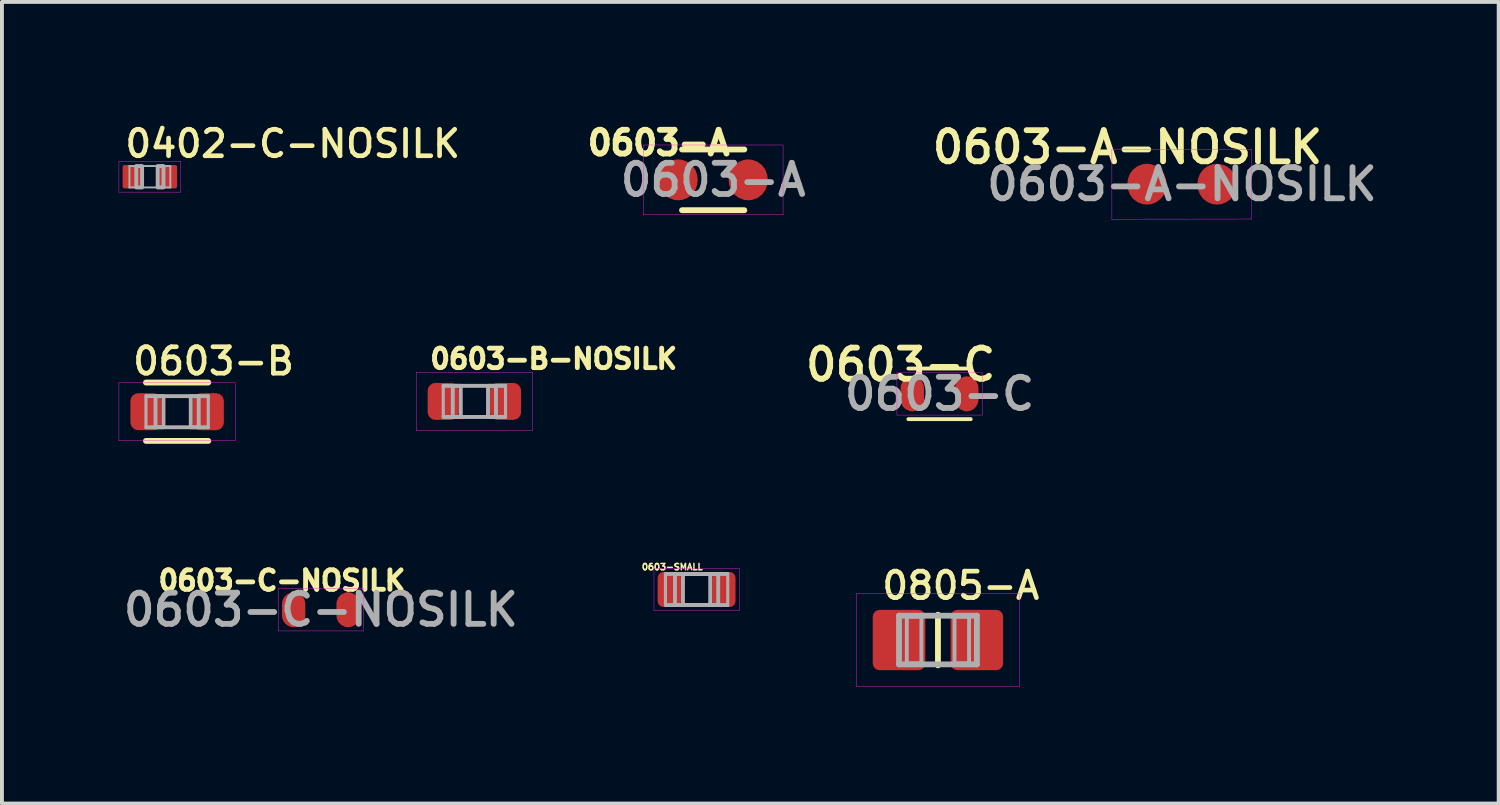
<source format=kicad_pcb>
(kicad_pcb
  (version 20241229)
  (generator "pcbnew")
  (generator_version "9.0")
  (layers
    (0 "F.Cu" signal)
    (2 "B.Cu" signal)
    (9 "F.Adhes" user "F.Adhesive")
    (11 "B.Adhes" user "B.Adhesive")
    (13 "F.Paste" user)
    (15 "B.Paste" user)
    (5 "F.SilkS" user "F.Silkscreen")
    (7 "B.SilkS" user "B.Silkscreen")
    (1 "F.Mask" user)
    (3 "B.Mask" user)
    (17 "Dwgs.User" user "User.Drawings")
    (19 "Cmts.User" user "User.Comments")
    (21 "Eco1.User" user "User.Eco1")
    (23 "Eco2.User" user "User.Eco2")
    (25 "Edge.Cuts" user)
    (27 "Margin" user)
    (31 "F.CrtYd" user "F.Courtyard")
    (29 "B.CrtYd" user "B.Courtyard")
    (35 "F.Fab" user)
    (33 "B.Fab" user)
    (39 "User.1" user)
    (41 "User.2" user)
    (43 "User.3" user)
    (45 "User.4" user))
  (footprint "0603-SMALL"
    (layer "F.Cu")
    (at 14.844 12.093)
    (property "Reference" "0603-SMALL" (at 0.18 -0.58 180) (layer "F.SilkS") (effects (font (size 0.162 0.162) (thickness 0.038)) (justify right)))
    (fp_line (start -0.845 -0.295) (end -0.845 0.295) (stroke (width 0.43) (type solid)) (layer "F.Mask"))
    (fp_line (start -0.8 0.41) (end -0.8 -0.41) (stroke (width 0.08) (type solid)) (layer "F.Mask"))
    (fp_line (start -0.555 -0.295) (end -0.845 -0.295) (stroke (width 0.43) (type solid)) (layer "F.Mask"))
    (fp_line (start -0.555 -0.295) (end -0.555 0.295) (stroke (width 0.43) (type solid)) (layer "F.Mask"))
    (fp_line (start -0.555 0.295) (end -0.845 0.295) (stroke (width 0.43) (type solid)) (layer "F.Mask"))
    (fp_line (start 0.555 -0.295) (end 0.555 0.295) (stroke (width 0.43) (type solid)) (layer "F.Mask"))
    (fp_line (start 0.8 -0.41) (end 0.8 0.41) (stroke (width 0.08) (type solid)) (layer "F.Mask"))
    (fp_line (start 0.845 -0.295) (end 0.555 -0.295) (stroke (width 0.43) (type solid)) (layer "F.Mask"))
    (fp_line (start 0.845 -0.295) (end 0.845 0.295) (stroke (width 0.43) (type solid)) (layer "F.Mask"))
    (fp_line (start 0.845 0.295) (end 0.555 0.295) (stroke (width 0.43) (type solid)) (layer "F.Mask"))
    (fp_line (start -0.31 -0.4) (end 0.31 -0.4) (stroke (width 0.1) (type solid)) (layer "F.SilkS"))
    (fp_line (start 0.31 0.4) (end -0.31 0.4) (stroke (width 0.1) (type solid)) (layer "F.SilkS"))
    (fp_line (start -1.095 -0.545) (end -1.095 0.545) (stroke (width 0.01) (type solid)) (layer "F.CrtYd"))
    (fp_line (start -1.095 0.545) (end 1.095 0.545) (stroke (width 0.01) (type solid)) (layer "F.CrtYd"))
    (fp_line (start 1.095 -0.545) (end -1.095 -0.545) (stroke (width 0.01) (type solid)) (layer "F.CrtYd"))
    (fp_line (start 1.095 0.545) (end 1.095 -0.545) (stroke (width 0.01) (type solid)) (layer "F.CrtYd"))
    (fp_line (start -0.8 0.41) (end -0.8 -0.41) (stroke (width 0.08) (type solid)) (layer "F.Fab"))
    (fp_line (start -0.79 -0.4) (end 0.79 -0.4) (stroke (width 0.1) (type solid)) (layer "F.Fab"))
    (fp_line (start 0.79 0.4) (end -0.79 0.4) (stroke (width 0.1) (type solid)) (layer "F.Fab"))
    (fp_line (start 0.8 -0.41) (end 0.8 0.41) (stroke (width 0.08) (type solid)) (layer "F.Fab"))
    (fp_poly (pts (xy -0.555 0.4) (xy -0.35 0.4) (xy -0.35 -0.4) (xy -0.555 -0.4)) (stroke (width 0.1) (type solid)) (fill no) (layer "F.Fab"))
    (fp_poly (pts (xy 0.35 0.4) (xy 0.555 0.4) (xy 0.555 -0.4) (xy 0.35 -0.4)) (stroke (width 0.1) (type solid)) (fill no) (layer "F.Fab"))
    (pad "1" smd roundrect (at -0.7 0) (size 0.6 0.9) (layers "F.Cu" "F.Paste") (roundrect_rratio 0.25))
    (pad "2" smd roundrect (at 0.7 0) (size 0.6 0.9) (layers "F.Cu" "F.Paste") (roundrect_rratio 0.25)))
  (footprint "0603-C-NOSILK"
    (layer "F.Cu")
    (at 5.193 12.613)
    (property "Reference" "0603-C-NOSILK" (at -1 -0.75 0) (layer "F.SilkS") (effects (font (size 0.5 0.5) (thickness 0.15))))
    (attr through_hole)
    (fp_line (start -0.845 -0.295) (end -0.845 0.295) (stroke (width 0.43) (type solid)) (layer "F.Mask"))
    (fp_line (start -0.555 -0.295) (end -0.845 -0.295) (stroke (width 0.43) (type solid)) (layer "F.Mask"))
    (fp_line (start -0.555 -0.295) (end -0.555 0.295) (stroke (width 0.43) (type solid)) (layer "F.Mask"))
    (fp_line (start -0.555 0.295) (end -0.845 0.295) (stroke (width 0.43) (type solid)) (layer "F.Mask"))
    (fp_line (start 0.555 -0.295) (end 0.555 0.295) (stroke (width 0.43) (type solid)) (layer "F.Mask"))
    (fp_line (start 0.845 -0.295) (end 0.555 -0.295) (stroke (width 0.43) (type solid)) (layer "F.Mask"))
    (fp_line (start 0.845 -0.295) (end 0.845 0.295) (stroke (width 0.43) (type solid)) (layer "F.Mask"))
    (fp_line (start 0.845 0.295) (end 0.555 0.295) (stroke (width 0.43) (type solid)) (layer "F.Mask"))
    (fp_line (start -0.8 0.41) (end -0.8 -0.41) (stroke (width 0.08) (type solid)) (layer "Eco2.User"))
    (fp_line (start -0.8 0.41) (end -0.8 -0.41) (stroke (width 0.08) (type solid)) (layer "Eco2.User"))
    (fp_line (start -0.79 -0.4) (end 0.79 -0.4) (stroke (width 0.1) (type solid)) (layer "Eco2.User"))
    (fp_line (start -0.79 -0.4) (end 0.79 -0.4) (stroke (width 0.1) (type solid)) (layer "Eco2.User"))
    (fp_line (start 0.79 0.4) (end -0.79 0.4) (stroke (width 0.1) (type solid)) (layer "Eco2.User"))
    (fp_line (start 0.79 0.4) (end -0.79 0.4) (stroke (width 0.1) (type solid)) (layer "Eco2.User"))
    (fp_line (start 0.8 -0.41) (end 0.8 0.41) (stroke (width 0.08) (type solid)) (layer "Eco2.User"))
    (fp_line (start 0.8 -0.41) (end 0.8 0.41) (stroke (width 0.08) (type solid)) (layer "Eco2.User"))
    (fp_line (start -1.095 -0.545) (end -1.095 0.545) (stroke (width 0.01) (type solid)) (layer "F.CrtYd"))
    (fp_line (start -1.095 0.545) (end 1.095 0.545) (stroke (width 0.01) (type solid)) (layer "F.CrtYd"))
    (fp_line (start 1.095 -0.545) (end -1.095 -0.545) (stroke (width 0.01) (type solid)) (layer "F.CrtYd"))
    (fp_line (start 1.095 0.545) (end 1.095 -0.545) (stroke (width 0.01) (type solid)) (layer "F.CrtYd"))
    (fp_text user "${REFERENCE}" (at 0 0 0) (layer "F.Fab") (effects (font (size 0.8 0.8) (thickness 0.15))))
    (pad "1" smd roundrect (at -0.7 0) (size 0.6 0.9) (layers "F.Cu" "F.Mask" "F.Paste") (roundrect_rratio 0.5))
    (pad "2" smd roundrect (at 0.7 0) (size 0.6 0.9) (layers "F.Cu" "F.Mask" "F.Paste") (roundrect_rratio 0.5)))
  (footprint "0805-A"
    (layer "F.Cu")
    (at 21.044 13.391)
    (property "Reference" "0805-A" (at -1.5 -1 0) (layer "F.SilkS") (effects (font (size 0.68 0.68) (thickness 0.12)) (justify left bottom)))
    (fp_poly (pts (xy -0.26 0.84) (xy -1.74 0.84) (xy -1.74 -0.84) (xy -0.26 -0.84)) (stroke (width 0) (type default)) (fill yes) (layer "F.Mask"))
    (fp_poly (pts (xy 1.74 0.84) (xy 0.26 0.84) (xy 0.26 -0.84) (xy 1.74 -0.84)) (stroke (width 0) (type default)) (fill yes) (layer "F.Mask"))
    (fp_line (start 0 -0.65) (end 0 0.65) (stroke (width 0.15) (type solid)) (layer "F.SilkS"))
    (fp_line (start -2.095 -1.195) (end -2.095 1.195) (stroke (width 0.01) (type solid)) (layer "F.CrtYd"))
    (fp_line (start -2.095 1.195) (end 2.095 1.195) (stroke (width 0.01) (type solid)) (layer "F.CrtYd"))
    (fp_line (start 2.095 -1.195) (end -2.095 -1.195) (stroke (width 0.01) (type solid)) (layer "F.CrtYd"))
    (fp_line (start 2.095 1.195) (end 2.095 -1.195) (stroke (width 0.01) (type solid)) (layer "F.CrtYd"))
    (fp_line (start -1 -0.625) (end 1 -0.625) (stroke (width 0.15) (type solid)) (layer "F.Fab"))
    (fp_line (start -1 0.625) (end -1 -0.625) (stroke (width 0.15) (type solid)) (layer "F.Fab"))
    (fp_line (start 1 -0.625) (end 1 0.625) (stroke (width 0.15) (type solid)) (layer "F.Fab"))
    (fp_line (start 1 0.625) (end -1 0.625) (stroke (width 0.15) (type solid)) (layer "F.Fab"))
    (fp_poly (pts (xy -0.8 0.6) (xy -0.425 0.6) (xy -0.425 -0.6) (xy -0.8 -0.6)) (stroke (width 0.1) (type default)) (fill no) (layer "F.Fab"))
    (fp_poly (pts (xy 0.425 0.6) (xy 0.8 0.6) (xy 0.8 -0.6) (xy 0.425 -0.6)) (stroke (width 0.1) (type default)) (fill no) (layer "F.Fab"))
    (pad "1" smd roundrect (at -1 0) (size 1.35 1.55) (layers "F.Cu" "F.Paste") (roundrect_rratio 0.13))
    (pad "2" smd roundrect (at 1 0) (size 1.35 1.55) (layers "F.Cu" "F.Paste") (roundrect_rratio 0.13)))
  (footprint "0603-B"
    (layer "F.Cu")
    (at 1.5 7.526)
    (property "Reference" "0603-B" (at -1.2 -0.9 0) (layer "F.SilkS") (effects (font (size 0.68 0.68) (thickness 0.12)) (justify left bottom)))
    (fp_poly (pts (xy -0.34 0.54) (xy -1.26 0.54) (xy -1.26 -0.54) (xy -0.34 -0.54)) (stroke (width 0) (type default)) (fill yes) (layer "F.Mask"))
    (fp_poly (pts (xy 1.26 0.54) (xy 0.34 0.54) (xy 0.34 -0.54) (xy 1.26 -0.54)) (stroke (width 0) (type default)) (fill yes) (layer "F.Mask"))
    (fp_line (start -0.8 0.75) (end 0.8 0.75) (stroke (width 0.15) (type solid)) (layer "F.SilkS"))
    (fp_line (start 0.8 -0.75) (end -0.8 -0.75) (stroke (width 0.15) (type solid)) (layer "F.SilkS"))
    (fp_line (start -1.495 -0.745) (end -1.495 0.745) (stroke (width 0.01) (type solid)) (layer "F.CrtYd"))
    (fp_line (start -1.495 0.745) (end 1.495 0.745) (stroke (width 0.01) (type solid)) (layer "F.CrtYd"))
    (fp_line (start 1.495 -0.745) (end -1.495 -0.745) (stroke (width 0.01) (type solid)) (layer "F.CrtYd"))
    (fp_line (start 1.495 0.745) (end 1.495 -0.745) (stroke (width 0.01) (type solid)) (layer "F.CrtYd"))
    (fp_line (start -0.8 0.41) (end -0.8 -0.41) (stroke (width 0.08) (type solid)) (layer "F.Fab"))
    (fp_line (start -0.79 -0.4) (end 0.79 -0.4) (stroke (width 0.1) (type solid)) (layer "F.Fab"))
    (fp_line (start 0.79 0.4) (end -0.79 0.4) (stroke (width 0.1) (type solid)) (layer "F.Fab"))
    (fp_line (start 0.8 -0.41) (end 0.8 0.41) (stroke (width 0.08) (type solid)) (layer "F.Fab"))
    (fp_poly (pts (xy -0.555 0.4) (xy -0.35 0.4) (xy -0.35 -0.4) (xy -0.555 -0.4)) (stroke (width 0.1) (type default)) (fill no) (layer "F.Fab"))
    (fp_poly (pts (xy 0.35 0.4) (xy 0.555 0.4) (xy 0.555 -0.4) (xy 0.35 -0.4)) (stroke (width 0.1) (type default)) (fill no) (layer "F.Fab"))
    (pad "1" smd roundrect (at -0.8 0) (size 0.8 0.95) (layers "F.Cu" "F.Paste") (roundrect_rratio 0.25))
    (pad "2" smd roundrect (at 0.8 0) (size 0.8 0.95) (layers "F.Cu" "F.Paste") (roundrect_rratio 0.25)))
  (footprint "0603-B-NOSILK"
    (layer "F.Cu")
    (at 9.136 7.261)
    (property "Reference" "0603-B-NOSILK" (at -1.2 -0.8 0) (layer "F.SilkS") (effects (font (size 0.5 0.5) (thickness 0.125)) (justify left bottom)))
    (fp_line (start -1.495 -0.745) (end -1.495 0.745) (stroke (width 0.01) (type solid)) (layer "F.CrtYd"))
    (fp_line (start -1.495 0.745) (end 1.495 0.745) (stroke (width 0.01) (type solid)) (layer "F.CrtYd"))
    (fp_line (start 1.495 -0.745) (end -1.495 -0.745) (stroke (width 0.01) (type solid)) (layer "F.CrtYd"))
    (fp_line (start 1.495 0.745) (end 1.495 -0.745) (stroke (width 0.01) (type solid)) (layer "F.CrtYd"))
    (fp_line (start -0.8 0.41) (end -0.8 -0.41) (stroke (width 0.08) (type solid)) (layer "F.Fab"))
    (fp_line (start -0.79 -0.4) (end 0.79 -0.4) (stroke (width 0.1) (type solid)) (layer "F.Fab"))
    (fp_line (start 0.79 0.4) (end -0.79 0.4) (stroke (width 0.1) (type solid)) (layer "F.Fab"))
    (fp_line (start 0.8 -0.41) (end 0.8 0.41) (stroke (width 0.08) (type solid)) (layer "F.Fab"))
    (fp_poly (pts (xy -0.555 0.4) (xy -0.35 0.4) (xy -0.35 -0.4) (xy -0.555 -0.4)) (stroke (width 0.1) (type default)) (fill no) (layer "F.Fab"))
    (fp_poly (pts (xy 0.35 0.4) (xy 0.555 0.4) (xy 0.555 -0.4) (xy 0.35 -0.4)) (stroke (width 0.1) (type default)) (fill no) (layer "F.Fab"))
    (pad "1" smd roundrect (at -0.8 0) (size 0.8 0.95) (layers "F.Cu" "F.Mask" "F.Paste") (roundrect_rratio 0.25))
    (pad "2" smd roundrect (at 0.8 0) (size 0.8 0.95) (layers "F.Cu" "F.Mask" "F.Paste") (roundrect_rratio 0.25)))
  (footprint "0603-C"
    (layer "F.Cu")
    (at 21.085 7.067)
    (property "Reference" "0603-C" (at -1 -0.75 0) (layer "F.SilkS") (effects (font (size 0.8 0.8) (thickness 0.15))))
    (attr through_hole)
    (fp_line (start -0.845 -0.295) (end -0.845 0.295) (stroke (width 0.43) (type solid)) (layer "F.Mask"))
    (fp_line (start -0.555 -0.295) (end -0.845 -0.295) (stroke (width 0.43) (type solid)) (layer "F.Mask"))
    (fp_line (start -0.555 -0.295) (end -0.555 0.295) (stroke (width 0.43) (type solid)) (layer "F.Mask"))
    (fp_line (start -0.555 0.295) (end -0.845 0.295) (stroke (width 0.43) (type solid)) (layer "F.Mask"))
    (fp_line (start 0.555 -0.295) (end 0.555 0.295) (stroke (width 0.43) (type solid)) (layer "F.Mask"))
    (fp_line (start 0.845 -0.295) (end 0.555 -0.295) (stroke (width 0.43) (type solid)) (layer "F.Mask"))
    (fp_line (start 0.845 -0.295) (end 0.845 0.295) (stroke (width 0.43) (type solid)) (layer "F.Mask"))
    (fp_line (start 0.845 0.295) (end 0.555 0.295) (stroke (width 0.43) (type solid)) (layer "F.Mask"))
    (fp_line (start -0.8 0.65) (end 0.8 0.65) (stroke (width 0.1) (type solid)) (layer "F.SilkS"))
    (fp_line (start 0.8 -0.65) (end -0.8 -0.65) (stroke (width 0.1) (type solid)) (layer "F.SilkS"))
    (fp_line (start -0.8 0.41) (end -0.8 -0.41) (stroke (width 0.08) (type solid)) (layer "Eco2.User"))
    (fp_line (start -0.8 0.41) (end -0.8 -0.41) (stroke (width 0.08) (type solid)) (layer "Eco2.User"))
    (fp_line (start -0.79 -0.4) (end 0.79 -0.4) (stroke (width 0.1) (type solid)) (layer "Eco2.User"))
    (fp_line (start -0.79 -0.4) (end 0.79 -0.4) (stroke (width 0.1) (type solid)) (layer "Eco2.User"))
    (fp_line (start 0.79 0.4) (end -0.79 0.4) (stroke (width 0.1) (type solid)) (layer "Eco2.User"))
    (fp_line (start 0.79 0.4) (end -0.79 0.4) (stroke (width 0.1) (type solid)) (layer "Eco2.User"))
    (fp_line (start 0.8 -0.41) (end 0.8 0.41) (stroke (width 0.08) (type solid)) (layer "Eco2.User"))
    (fp_line (start 0.8 -0.41) (end 0.8 0.41) (stroke (width 0.08) (type solid)) (layer "Eco2.User"))
    (fp_line (start -1.095 -0.545) (end -1.095 0.545) (stroke (width 0.01) (type solid)) (layer "F.CrtYd"))
    (fp_line (start -1.095 0.545) (end 1.095 0.545) (stroke (width 0.01) (type solid)) (layer "F.CrtYd"))
    (fp_line (start 1.095 -0.545) (end -1.095 -0.545) (stroke (width 0.01) (type solid)) (layer "F.CrtYd"))
    (fp_line (start 1.095 0.545) (end 1.095 -0.545) (stroke (width 0.01) (type solid)) (layer "F.CrtYd"))
    (fp_text user "${REFERENCE}" (at 0 0 0) (layer "F.Fab") (effects (font (size 0.8 0.8) (thickness 0.15))))
    (pad "1" smd roundrect (at -0.7 0) (size 0.6 0.9) (layers "F.Cu" "F.Mask" "F.Paste") (roundrect_rratio 0.5))
    (pad "2" smd roundrect (at 0.7 0) (size 0.6 0.9) (layers "F.Cu" "F.Mask" "F.Paste") (roundrect_rratio 0.5)))
  (footprint "0402-C-NOSILK"
    (layer "F.Cu")
    (at 0.8 1.49)
    (property "Reference" "0402-C-NOSILK" (at -0.7 -0.45 0) (layer "F.SilkS") (effects (font (size 0.68 0.68) (thickness 0.12)) (justify left bottom)))
    (fp_poly (pts (xy -0.76 0.36) (xy -0.14 0.36) (xy -0.14 -0.36) (xy -0.76 -0.36)) (stroke (width 0) (type default)) (fill yes) (layer "F.Mask"))
    (fp_poly (pts (xy 0.14 0.36) (xy 0.76 0.36) (xy 0.76 -0.36) (xy 0.14 -0.36)) (stroke (width 0) (type default)) (fill yes) (layer "F.Mask"))
    (fp_line (start -0.795 -0.395) (end -0.795 0.395) (stroke (width 0.01) (type solid)) (layer "F.CrtYd"))
    (fp_line (start -0.795 0.395) (end 0.795 0.395) (stroke (width 0.01) (type solid)) (layer "F.CrtYd"))
    (fp_line (start 0.795 -0.395) (end -0.795 -0.395) (stroke (width 0.01) (type solid)) (layer "F.CrtYd"))
    (fp_line (start 0.795 0.395) (end 0.795 -0.395) (stroke (width 0.01) (type solid)) (layer "F.CrtYd"))
    (fp_line (start -0.525 -0.275) (end 0.525 -0.275) (stroke (width 0.05) (type solid)) (layer "F.Fab"))
    (fp_line (start -0.525 0.275) (end -0.525 -0.275) (stroke (width 0.05) (type solid)) (layer "F.Fab"))
    (fp_line (start 0.525 -0.275) (end 0.525 0.275) (stroke (width 0.05) (type solid)) (layer "F.Fab"))
    (fp_line (start 0.525 0.275) (end -0.525 0.275) (stroke (width 0.05) (type solid)) (layer "F.Fab"))
    (fp_poly (pts (xy -0.35 0.275) (xy -0.2 0.275) (xy -0.2 -0.275) (xy -0.35 -0.275)) (stroke (width 0.1) (type default)) (fill no) (layer "F.Fab"))
    (fp_poly (pts (xy 0.2 0.275) (xy 0.35 0.275) (xy 0.35 -0.275) (xy 0.2 -0.275)) (stroke (width 0.1) (type default)) (fill no) (layer "F.Fab"))
    (pad "1" smd roundrect (at -0.45 0) (size 0.5 0.6) (layers "F.Cu" "F.Paste") (roundrect_rratio 0.1))
    (pad "2" smd roundrect (at 0.45 0) (size 0.5 0.6) (layers "F.Cu" "F.Paste") (roundrect_rratio 0.1)))
  (footprint "0603-A"
    (layer "F.Cu")
    (at 15.27 1.57)
    (property "Reference" "0603-A" (at -1.4 -0.95 0) (layer "F.SilkS") (effects (font (size 0.61 0.61) (thickness 0.15))))
    (attr through_hole)
    (fp_poly (pts (xy -0.6 -0.33) (xy -1.2 -0.33) (xy -1.2 0.33) (xy -0.6 0.33)) (stroke (width 0.52) (type solid)) (fill yes) (layer "F.Mask"))
    (fp_poly (pts (xy 1.2 -0.33) (xy 0.6 -0.33) (xy 0.6 0.33) (xy 1.2 0.33)) (stroke (width 0.52) (type solid)) (fill yes) (layer "F.Mask"))
    (fp_line (start -0.8 0.78) (end 0.8 0.78) (stroke (width 0.15) (type solid)) (layer "F.SilkS"))
    (fp_line (start 0.8 -0.78) (end -0.8 -0.78) (stroke (width 0.15) (type solid)) (layer "F.SilkS"))
    (fp_line (start -0.8 0.41) (end -0.8 -0.41) (stroke (width 0.08) (type solid)) (layer "Eco2.User"))
    (fp_line (start -0.8 0.41) (end -0.8 -0.41) (stroke (width 0.08) (type solid)) (layer "Eco2.User"))
    (fp_line (start -0.79 -0.4) (end 0.79 -0.4) (stroke (width 0.1) (type solid)) (layer "Eco2.User"))
    (fp_line (start -0.79 -0.4) (end 0.79 -0.4) (stroke (width 0.1) (type solid)) (layer "Eco2.User"))
    (fp_line (start 0.79 0.4) (end -0.79 0.4) (stroke (width 0.1) (type solid)) (layer "Eco2.User"))
    (fp_line (start 0.79 0.4) (end -0.79 0.4) (stroke (width 0.1) (type solid)) (layer "Eco2.User"))
    (fp_line (start 0.8 -0.41) (end 0.8 0.41) (stroke (width 0.08) (type solid)) (layer "Eco2.User"))
    (fp_line (start 0.8 -0.41) (end 0.8 0.41) (stroke (width 0.08) (type solid)) (layer "Eco2.User"))
    (fp_line (start -1.795 -0.895) (end -1.795 0.895) (stroke (width 0.01) (type solid)) (layer "F.CrtYd"))
    (fp_line (start -1.795 0.895) (end 1.795 0.895) (stroke (width 0.01) (type solid)) (layer "F.CrtYd"))
    (fp_line (start 1.795 -0.895) (end -1.795 -0.895) (stroke (width 0.01) (type solid)) (layer "F.CrtYd"))
    (fp_line (start 1.795 0.895) (end 1.795 -0.895) (stroke (width 0.01) (type solid)) (layer "F.CrtYd"))
    (fp_text user "${REFERENCE}" (at 0 0 0) (layer "F.Fab") (effects (font (size 0.8 0.8) (thickness 0.15))))
    (pad "1" smd roundrect (at -0.9 0) (size 1 1.05) (layers "F.Cu" "F.Mask" "F.Paste") (roundrect_rratio 0.5))
    (pad "2" smd roundrect (at 0.9 0) (size 1 1.05) (layers "F.Cu" "F.Mask" "F.Paste") (roundrect_rratio 0.5)))
  (footprint "0603-A-NOSILK"
    (layer "F.Cu")
    (at 27.312 1.681)
    (property "Reference" "0603-A-NOSILK" (at -1.4 -0.95 0) (layer "F.SilkS") (effects (font (size 0.8 0.8) (thickness 0.15))))
    (attr through_hole)
    (fp_poly (pts (xy -0.6 -0.33) (xy -1.2 -0.33) (xy -1.2 0.33) (xy -0.6 0.33)) (stroke (width 0.52) (type solid)) (fill yes) (layer "F.Mask"))
    (fp_poly (pts (xy 1.2 -0.33) (xy 0.6 -0.33) (xy 0.6 0.33) (xy 1.2 0.33)) (stroke (width 0.52) (type solid)) (fill yes) (layer "F.Mask"))
    (fp_line (start -0.8 0.41) (end -0.8 -0.41) (stroke (width 0.08) (type solid)) (layer "Eco2.User"))
    (fp_line (start -0.8 0.41) (end -0.8 -0.41) (stroke (width 0.08) (type solid)) (layer "Eco2.User"))
    (fp_line (start -0.79 -0.4) (end 0.79 -0.4) (stroke (width 0.1) (type solid)) (layer "Eco2.User"))
    (fp_line (start -0.79 -0.4) (end 0.79 -0.4) (stroke (width 0.1) (type solid)) (layer "Eco2.User"))
    (fp_line (start 0.79 0.4) (end -0.79 0.4) (stroke (width 0.1) (type solid)) (layer "Eco2.User"))
    (fp_line (start 0.79 0.4) (end -0.79 0.4) (stroke (width 0.1) (type solid)) (layer "Eco2.User"))
    (fp_line (start 0.8 -0.41) (end 0.8 0.41) (stroke (width 0.08) (type solid)) (layer "Eco2.User"))
    (fp_line (start 0.8 -0.41) (end 0.8 0.41) (stroke (width 0.08) (type solid)) (layer "Eco2.User"))
    (fp_line (start -1.8 -0.9) (end -1.8 0.9) (stroke (width 0.01) (type solid)) (layer "F.CrtYd"))
    (fp_line (start -1.8 0.9) (end 1.795 0.895) (stroke (width 0.01) (type solid)) (layer "F.CrtYd"))
    (fp_line (start 1.795 -0.895) (end -1.8 -0.9) (stroke (width 0.01) (type solid)) (layer "F.CrtYd"))
    (fp_line (start 1.795 0.895) (end 1.795 -0.895) (stroke (width 0.01) (type solid)) (layer "F.CrtYd"))
    (fp_text user "${REFERENCE}" (at 0 0 0) (layer "F.Fab") (effects (font (size 0.8 0.8) (thickness 0.15))))
    (pad "1" smd roundrect (at -0.9 0) (size 1 1.05) (layers "F.Cu" "F.Mask" "F.Paste") (roundrect_rratio 0.5))
    (pad "2" smd roundrect (at 0.9 0) (size 1 1.05) (layers "F.Cu" "F.Mask" "F.Paste") (roundrect_rratio 0.5)))
  (gr_rect
    (start -3 -3)
    (end 35.448 17.591)
    (stroke (width 0.1) (type default))
    (fill no)
    (layer "Edge.Cuts")))
</source>
